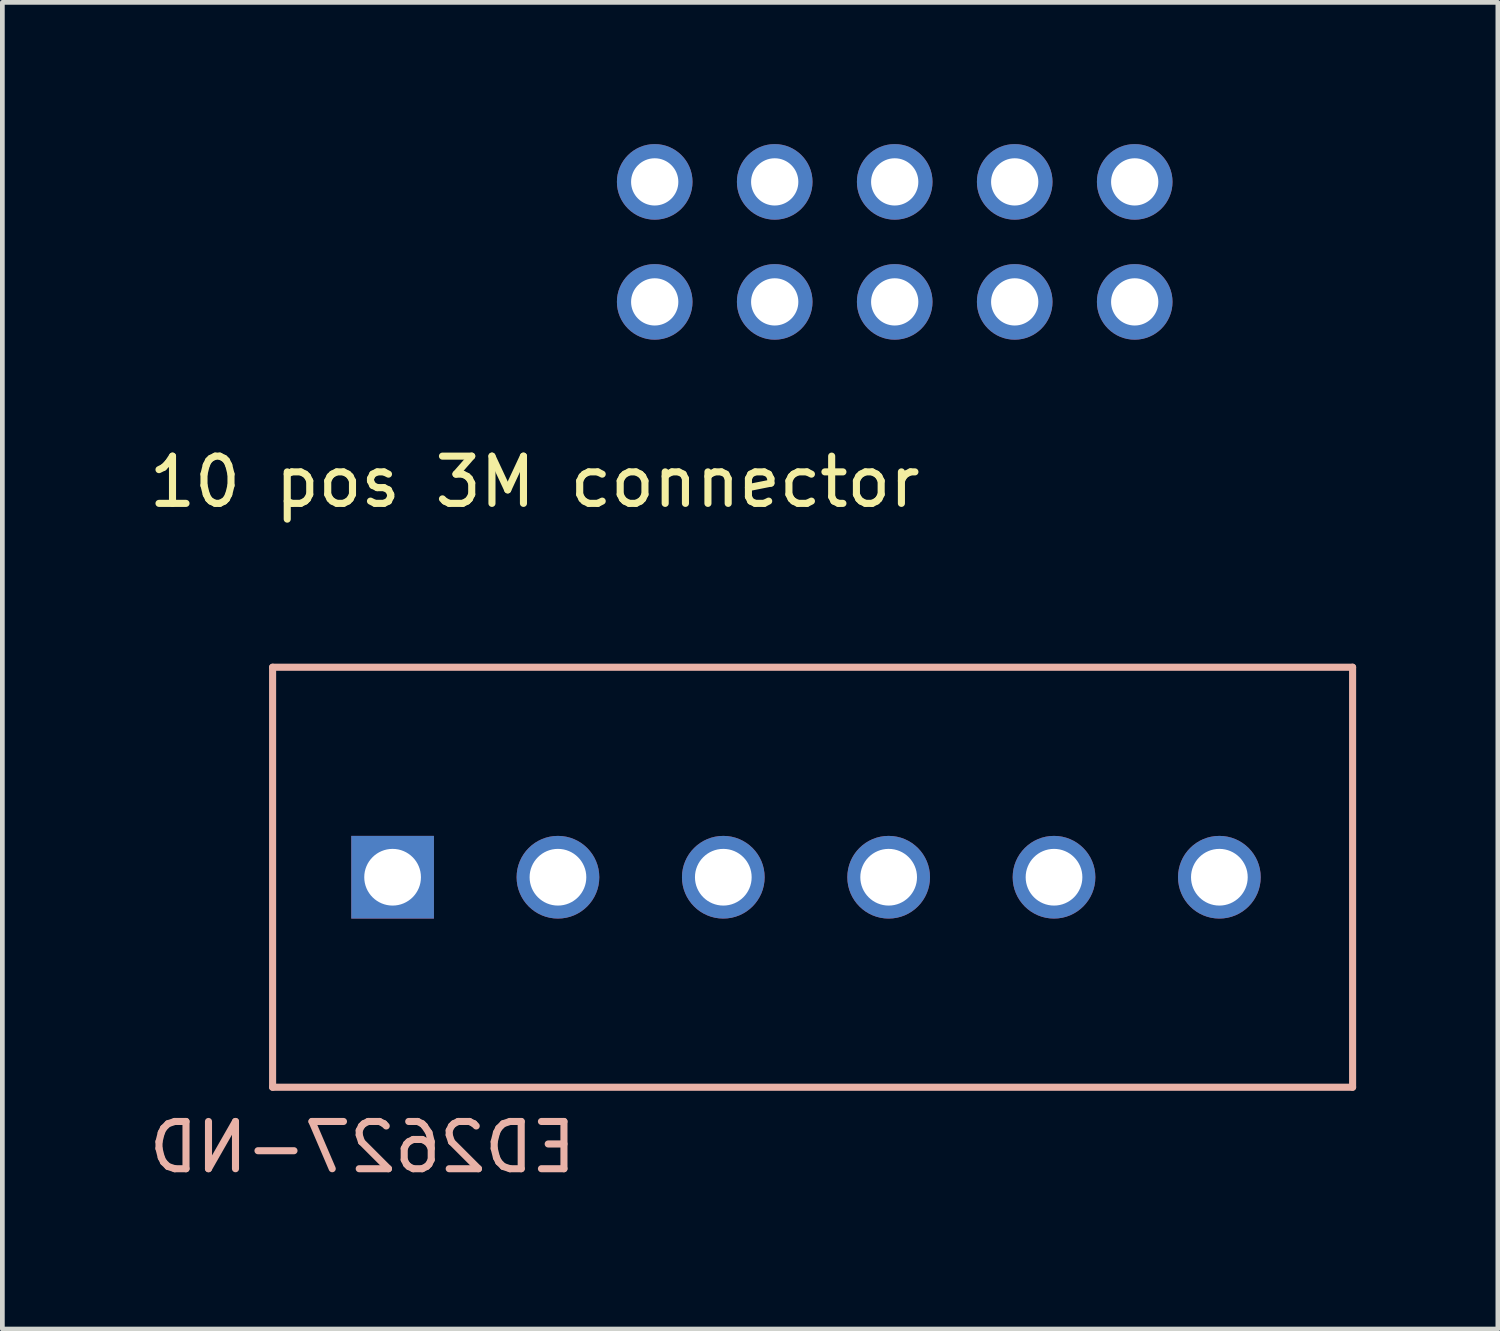
<source format=kicad_pcb>
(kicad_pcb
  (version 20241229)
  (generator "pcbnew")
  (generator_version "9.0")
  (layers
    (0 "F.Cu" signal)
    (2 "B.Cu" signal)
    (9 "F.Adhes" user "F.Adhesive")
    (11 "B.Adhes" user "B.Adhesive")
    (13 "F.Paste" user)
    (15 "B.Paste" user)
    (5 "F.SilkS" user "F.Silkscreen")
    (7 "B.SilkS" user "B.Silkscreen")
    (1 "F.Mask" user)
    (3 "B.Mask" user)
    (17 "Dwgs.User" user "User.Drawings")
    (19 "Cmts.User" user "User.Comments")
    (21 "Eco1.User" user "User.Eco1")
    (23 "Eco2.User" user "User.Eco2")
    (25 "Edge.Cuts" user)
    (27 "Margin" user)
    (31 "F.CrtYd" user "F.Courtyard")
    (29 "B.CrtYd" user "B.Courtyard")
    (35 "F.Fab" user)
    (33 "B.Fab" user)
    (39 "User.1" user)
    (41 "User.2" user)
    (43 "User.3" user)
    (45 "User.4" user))
  (footprint "ED2627-ND"
    (layer "F.Cu")
    (at 5.26 15.518)
    (property "Reference" "ED2627-ND" (at -0.635 5.715 0) (layer "B.SilkS") (effects (font (size 1 1) (thickness 0.15)) (justify mirror)))
    (attr through_hole)
    (fp_line (start -2.54 -4.445) (end 20.32 -4.445) (stroke (width 0.15) (type solid)) (layer "B.SilkS"))
    (fp_line (start -2.54 4.445) (end -2.54 -4.445) (stroke (width 0.15) (type solid)) (layer "B.SilkS"))
    (fp_line (start 20.32 -4.445) (end 20.32 4.445) (stroke (width 0.15) (type solid)) (layer "B.SilkS"))
    (fp_line (start 20.32 4.445) (end -2.54 4.445) (stroke (width 0.15) (type solid)) (layer "B.SilkS"))
    (pad "1" thru_hole rect (at 0 0) (size 1.75 1.75) (drill 1.2) (layers "*.Cu" "*.Mask"))
    (pad "2" thru_hole circle (at 3.5 0) (size 1.75 1.75) (drill 1.2) (layers "*.Cu" "*.Mask"))
    (pad "3" thru_hole circle (at 7 0) (size 1.75 1.75) (drill 1.2) (layers "*.Cu" "*.Mask"))
    (pad "4" thru_hole circle (at 10.5 0) (size 1.75 1.75) (drill 1.2) (layers "*.Cu" "*.Mask"))
    (pad "5" thru_hole circle (at 14 0) (size 1.75 1.75) (drill 1.2) (layers "*.Cu" "*.Mask"))
    (pad "6" thru_hole circle (at 17.5 0) (size 1.75 1.75) (drill 1.2) (layers "*.Cu" "*.Mask")))
  (footprint "10 pos 3M connector"
    (layer "F.Cu")
    (at 10.808 3.34)
    (property "Reference" "10 pos 3M connector" (at -2.54 3.81 0) (layer "F.SilkS") (effects (font (size 1 1) (thickness 0.15))))
    (attr through_hole)
    (pad "1" thru_hole circle (at 0 0) (size 1.6 1.6) (drill 1) (layers "*.Cu" "*.Mask"))
    (pad "2" thru_hole circle (at 0 -2.54) (size 1.6 1.6) (drill 1) (layers "*.Cu" "*.Mask"))
    (pad "3" thru_hole circle (at 2.54 0) (size 1.6 1.6) (drill 1) (layers "*.Cu" "*.Mask"))
    (pad "4" thru_hole circle (at 2.54 -2.54) (size 1.6 1.6) (drill 1) (layers "*.Cu" "*.Mask"))
    (pad "5" thru_hole circle (at 5.08 0) (size 1.6 1.6) (drill 1) (layers "*.Cu" "*.Mask"))
    (pad "6" thru_hole circle (at 5.08 -2.54) (size 1.6 1.6) (drill 1) (layers "*.Cu" "*.Mask"))
    (pad "7" thru_hole circle (at 7.62 0) (size 1.6 1.6) (drill 1) (layers "*.Cu" "*.Mask"))
    (pad "8" thru_hole circle (at 7.62 -2.54) (size 1.6 1.6) (drill 1) (layers "*.Cu" "*.Mask"))
    (pad "9" thru_hole circle (at 10.16 0) (size 1.6 1.6) (drill 1) (layers "*.Cu" "*.Mask"))
    (pad "10" thru_hole circle (at 10.16 -2.54) (size 1.6 1.6) (drill 1) (layers "*.Cu" "*.Mask")))
  (gr_rect
    (start -3 -3)
    (end 28.655 25.081)
    (stroke (width 0.1) (type default))
    (fill no)
    (layer "Edge.Cuts")))
</source>
